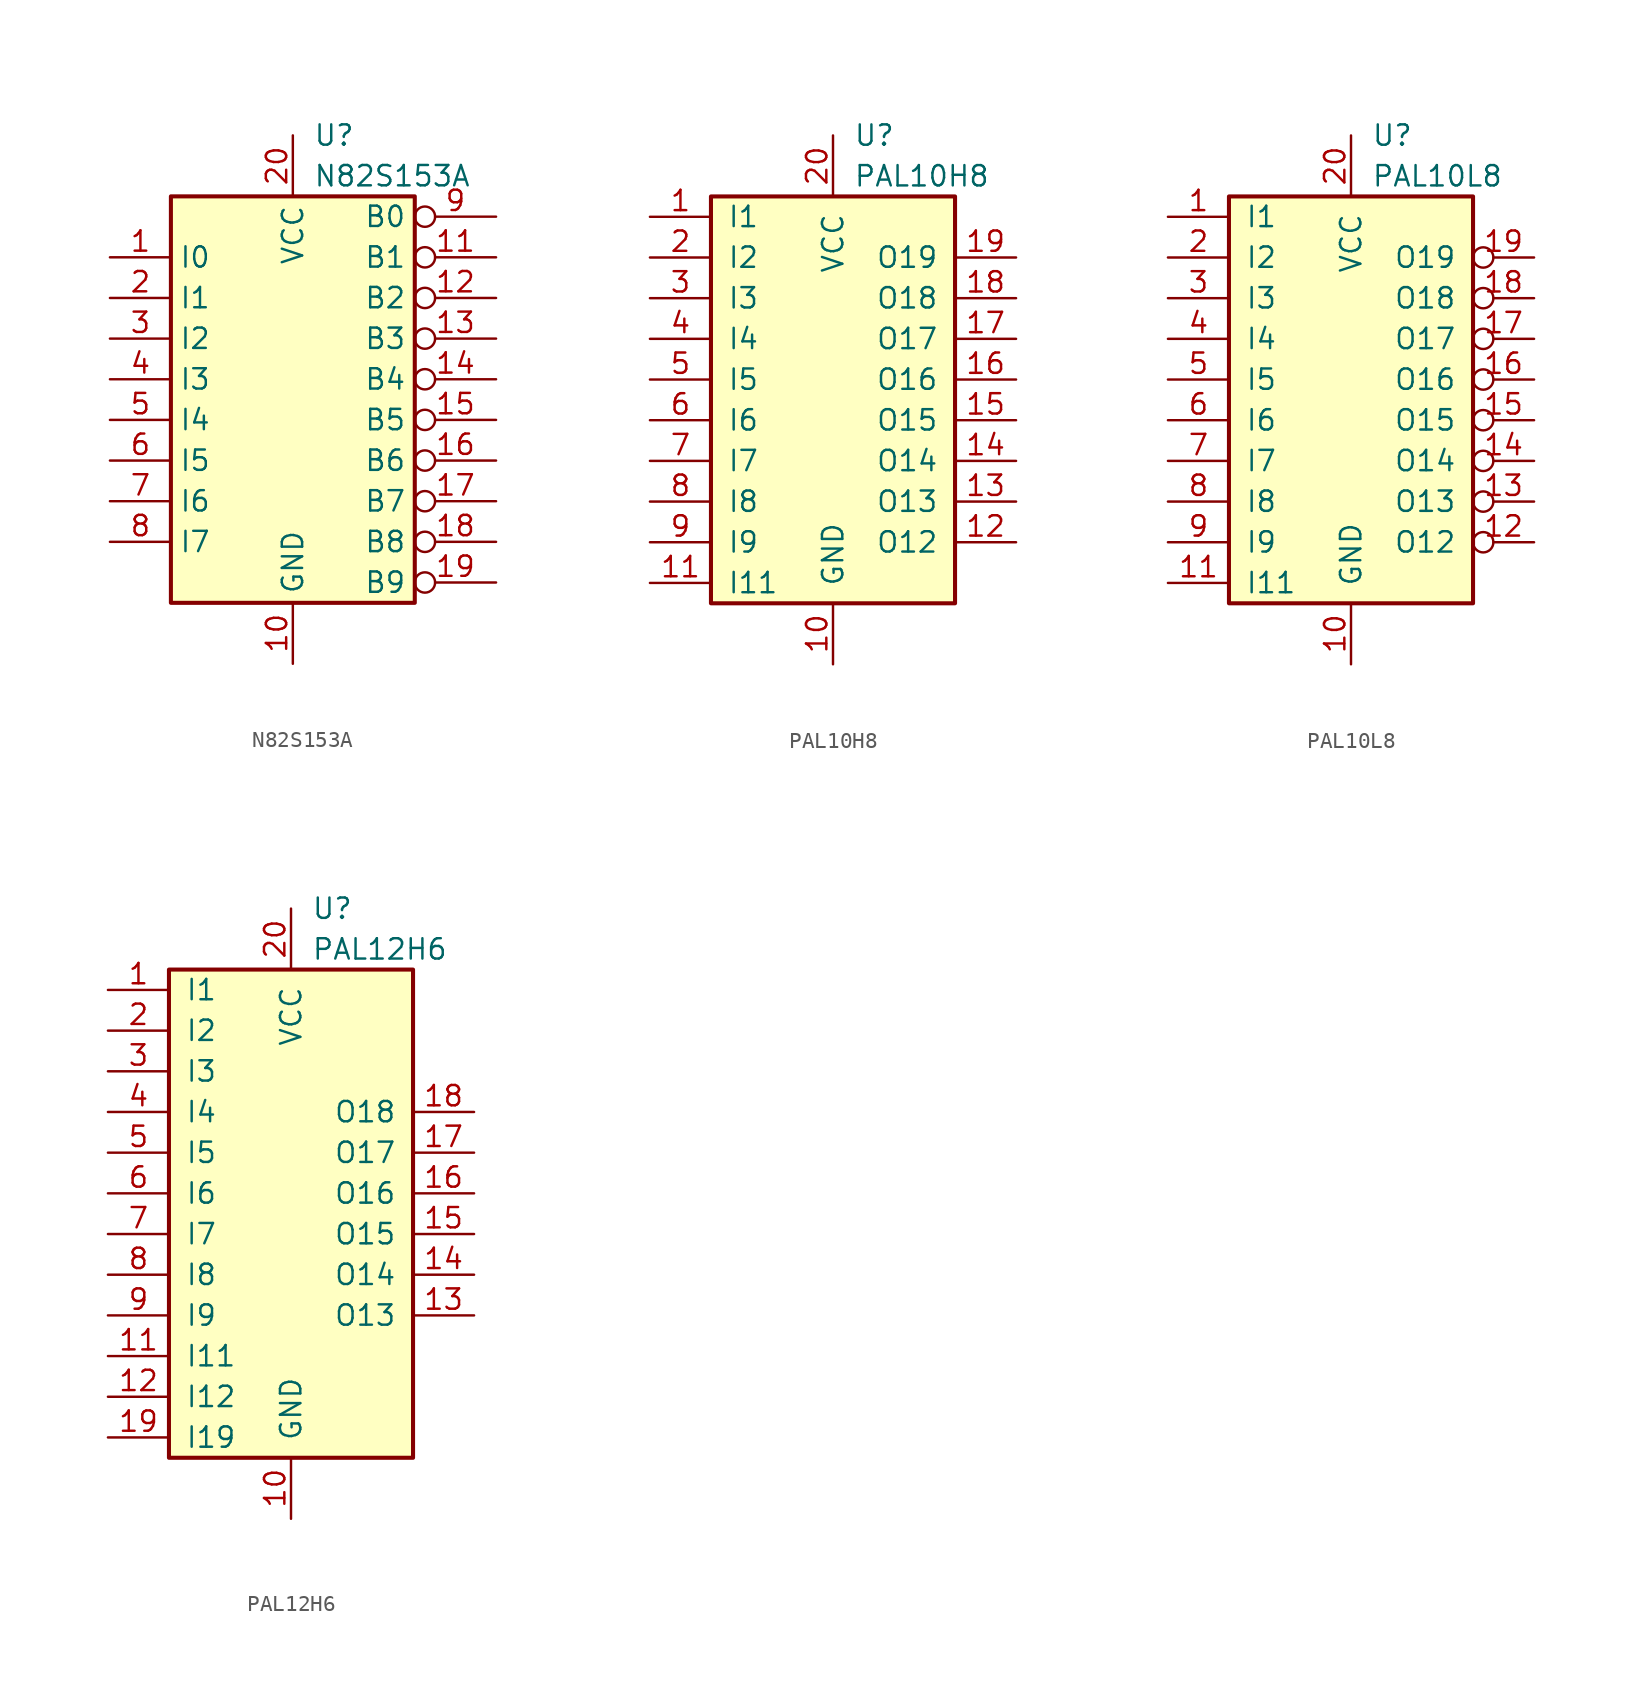
<source format=kicad_sym>
(kicad_symbol_lib
  (version 20220914)
  (generator kicad_symbol_editor)
  (symbol "N82S153A"
    (property "Reference" "U"
      (at 1.27 16.51 0)
      (effects (font (size 1.27 1.27)) (justify left)))
    (property "Value" "N82S153A"
      (at 1.27 13.97 0)
      (do_not_autoplace)
      (effects (font (size 1.27 1.27)) (justify left)))
    (symbol "N82S153A_0_0"
      (pin power_in line (at 0 -16.51 90) (length 3.81) (name "GND" (effects (font (size 1.27 1.27)))) (number "10" (effects (font (size 1.27 1.27)))))
      (pin power_in line (at 0 16.51 270) (length 3.81) (name "VCC" (effects (font (size 1.27 1.27)))) (number "20" (effects (font (size 1.27 1.27))))))
    (symbol "N82S153A_0_1"
      (rectangle (start -7.62 12.7) (end 7.62 -12.7) (stroke (width 0.254) (type default)) (fill (type background))))
    (symbol "N82S153A_1_1"
      (pin input line (at -11.43 8.89 0) (length 3.81) (name "I0" (effects (font (size 1.27 1.27)))) (number "1" (effects (font (size 1.27 1.27)))))
      (pin tri_state inverted (at 12.7 8.89 180) (length 5.08) (name "B1" (effects (font (size 1.27 1.27)))) (number "11" (effects (font (size 1.27 1.27)))))
      (pin tri_state inverted (at 12.7 6.35 180) (length 5.08) (name "B2" (effects (font (size 1.27 1.27)))) (number "12" (effects (font (size 1.27 1.27)))))
      (pin tri_state inverted (at 12.7 3.81 180) (length 5.08) (name "B3" (effects (font (size 1.27 1.27)))) (number "13" (effects (font (size 1.27 1.27)))))
      (pin tri_state inverted (at 12.7 1.27 180) (length 5.08) (name "B4" (effects (font (size 1.27 1.27)))) (number "14" (effects (font (size 1.27 1.27)))))
      (pin tri_state inverted (at 12.7 -1.27 180) (length 5.08) (name "B5" (effects (font (size 1.27 1.27)))) (number "15" (effects (font (size 1.27 1.27)))))
      (pin tri_state inverted (at 12.7 -3.81 180) (length 5.08) (name "B6" (effects (font (size 1.27 1.27)))) (number "16" (effects (font (size 1.27 1.27)))))
      (pin tri_state inverted (at 12.7 -6.35 180) (length 5.08) (name "B7" (effects (font (size 1.27 1.27)))) (number "17" (effects (font (size 1.27 1.27)))))
      (pin tri_state inverted (at 12.7 -8.89 180) (length 5.08) (name "B8" (effects (font (size 1.27 1.27)))) (number "18" (effects (font (size 1.27 1.27)))))
      (pin tri_state inverted (at 12.7 -11.43 180) (length 5.08) (name "B9" (effects (font (size 1.27 1.27)))) (number "19" (effects (font (size 1.27 1.27)))))
      (pin input line (at -11.43 6.35 0) (length 3.81) (name "I1" (effects (font (size 1.27 1.27)))) (number "2" (effects (font (size 1.27 1.27)))))
      (pin input line (at -11.43 3.81 0) (length 3.81) (name "I2" (effects (font (size 1.27 1.27)))) (number "3" (effects (font (size 1.27 1.27)))))
      (pin input line (at -11.43 1.27 0) (length 3.81) (name "I3" (effects (font (size 1.27 1.27)))) (number "4" (effects (font (size 1.27 1.27)))))
      (pin input line (at -11.43 -1.27 0) (length 3.81) (name "I4" (effects (font (size 1.27 1.27)))) (number "5" (effects (font (size 1.27 1.27)))))
      (pin input line (at -11.43 -3.81 0) (length 3.81) (name "I5" (effects (font (size 1.27 1.27)))) (number "6" (effects (font (size 1.27 1.27)))))
      (pin input line (at -11.43 -6.35 0) (length 3.81) (name "I6" (effects (font (size 1.27 1.27)))) (number "7" (effects (font (size 1.27 1.27)))))
      (pin input line (at -11.43 -8.89 0) (length 3.81) (name "I7" (effects (font (size 1.27 1.27)))) (number "8" (effects (font (size 1.27 1.27)))))
      (pin tri_state inverted (at 12.7 11.43 180) (length 5.08) (name "B0" (effects (font (size 1.27 1.27)))) (number "9" (effects (font (size 1.27 1.27)))))))
  (symbol "PAL10H8"
    (pin_names
      (offset 1.016))
    (property "Reference" "U"
      (at 1.27 16.51 0)
      (do_not_autoplace)
      (effects (font (size 1.27 1.27)) (justify left)))
    (property "Value" "PAL10H8"
      (at 1.27 13.97 0)
      (do_not_autoplace)
      (effects (font (size 1.27 1.27)) (justify left)))
    (symbol "PAL10H8_0_0"
      (pin power_in line (at 0 -16.51 90) (length 3.81) (name "GND" (effects (font (size 1.27 1.27)))) (number "10" (effects (font (size 1.27 1.27)))))
      (pin power_in line (at 0 16.51 270) (length 3.81) (name "VCC" (effects (font (size 1.27 1.27)))) (number "20" (effects (font (size 1.27 1.27))))))
    (symbol "PAL10H8_0_1"
      (rectangle (start -7.62 12.7) (end 7.62 -12.7) (stroke (width 0.254) (type default)) (fill (type background))))
    (symbol "PAL10H8_1_1"
      (pin input line (at -11.43 11.43 0) (length 3.81) (name "I1" (effects (font (size 1.27 1.27)))) (number "1" (effects (font (size 1.27 1.27)))))
      (pin input line (at -11.43 -11.43 0) (length 3.81) (name "I11" (effects (font (size 1.27 1.27)))) (number "11" (effects (font (size 1.27 1.27)))))
      (pin output line (at 11.43 -8.89 180) (length 3.81) (name "O12" (effects (font (size 1.27 1.27)))) (number "12" (effects (font (size 1.27 1.27)))))
      (pin output line (at 11.43 -6.35 180) (length 3.81) (name "O13" (effects (font (size 1.27 1.27)))) (number "13" (effects (font (size 1.27 1.27)))))
      (pin output line (at 11.43 -3.81 180) (length 3.81) (name "O14" (effects (font (size 1.27 1.27)))) (number "14" (effects (font (size 1.27 1.27)))))
      (pin output line (at 11.43 -1.27 180) (length 3.81) (name "O15" (effects (font (size 1.27 1.27)))) (number "15" (effects (font (size 1.27 1.27)))))
      (pin output line (at 11.43 1.27 180) (length 3.81) (name "O16" (effects (font (size 1.27 1.27)))) (number "16" (effects (font (size 1.27 1.27)))))
      (pin output line (at 11.43 3.81 180) (length 3.81) (name "O17" (effects (font (size 1.27 1.27)))) (number "17" (effects (font (size 1.27 1.27)))))
      (pin output line (at 11.43 6.35 180) (length 3.81) (name "O18" (effects (font (size 1.27 1.27)))) (number "18" (effects (font (size 1.27 1.27)))))
      (pin output line (at 11.43 8.89 180) (length 3.81) (name "O19" (effects (font (size 1.27 1.27)))) (number "19" (effects (font (size 1.27 1.27)))))
      (pin input line (at -11.43 8.89 0) (length 3.81) (name "I2" (effects (font (size 1.27 1.27)))) (number "2" (effects (font (size 1.27 1.27)))))
      (pin input line (at -11.43 6.35 0) (length 3.81) (name "I3" (effects (font (size 1.27 1.27)))) (number "3" (effects (font (size 1.27 1.27)))))
      (pin input line (at -11.43 3.81 0) (length 3.81) (name "I4" (effects (font (size 1.27 1.27)))) (number "4" (effects (font (size 1.27 1.27)))))
      (pin input line (at -11.43 1.27 0) (length 3.81) (name "I5" (effects (font (size 1.27 1.27)))) (number "5" (effects (font (size 1.27 1.27)))))
      (pin input line (at -11.43 -1.27 0) (length 3.81) (name "I6" (effects (font (size 1.27 1.27)))) (number "6" (effects (font (size 1.27 1.27)))))
      (pin input line (at -11.43 -3.81 0) (length 3.81) (name "I7" (effects (font (size 1.27 1.27)))) (number "7" (effects (font (size 1.27 1.27)))))
      (pin input line (at -11.43 -6.35 0) (length 3.81) (name "I8" (effects (font (size 1.27 1.27)))) (number "8" (effects (font (size 1.27 1.27)))))
      (pin input line (at -11.43 -8.89 0) (length 3.81) (name "I9" (effects (font (size 1.27 1.27)))) (number "9" (effects (font (size 1.27 1.27)))))))
  (symbol "PAL10L8"
    (pin_names
      (offset 1.016))
    (property "Reference" "U"
      (at 1.27 16.51 0)
      (do_not_autoplace)
      (effects (font (size 1.27 1.27)) (justify left)))
    (property "Value" "PAL10L8"
      (at 1.27 13.97 0)
      (do_not_autoplace)
      (effects (font (size 1.27 1.27)) (justify left)))
    (symbol "PAL10L8_0_0"
      (pin power_in line (at 0 -16.51 90) (length 3.81) (name "GND" (effects (font (size 1.27 1.27)))) (number "10" (effects (font (size 1.27 1.27)))))
      (pin power_in line (at 0 16.51 270) (length 3.81) (name "VCC" (effects (font (size 1.27 1.27)))) (number "20" (effects (font (size 1.27 1.27))))))
    (symbol "PAL10L8_0_1"
      (rectangle (start -7.62 12.7) (end 7.62 -12.7) (stroke (width 0.254) (type default)) (fill (type background))))
    (symbol "PAL10L8_1_1"
      (pin input line (at -11.43 11.43 0) (length 3.81) (name "I1" (effects (font (size 1.27 1.27)))) (number "1" (effects (font (size 1.27 1.27)))))
      (pin input line (at -11.43 -11.43 0) (length 3.81) (name "I11" (effects (font (size 1.27 1.27)))) (number "11" (effects (font (size 1.27 1.27)))))
      (pin output inverted (at 11.43 -8.89 180) (length 3.81) (name "O12" (effects (font (size 1.27 1.27)))) (number "12" (effects (font (size 1.27 1.27)))))
      (pin output inverted (at 11.43 -6.35 180) (length 3.81) (name "O13" (effects (font (size 1.27 1.27)))) (number "13" (effects (font (size 1.27 1.27)))))
      (pin output inverted (at 11.43 -3.81 180) (length 3.81) (name "O14" (effects (font (size 1.27 1.27)))) (number "14" (effects (font (size 1.27 1.27)))))
      (pin output inverted (at 11.43 -1.27 180) (length 3.81) (name "O15" (effects (font (size 1.27 1.27)))) (number "15" (effects (font (size 1.27 1.27)))))
      (pin output inverted (at 11.43 1.27 180) (length 3.81) (name "O16" (effects (font (size 1.27 1.27)))) (number "16" (effects (font (size 1.27 1.27)))))
      (pin output inverted (at 11.43 3.81 180) (length 3.81) (name "O17" (effects (font (size 1.27 1.27)))) (number "17" (effects (font (size 1.27 1.27)))))
      (pin output inverted (at 11.43 6.35 180) (length 3.81) (name "O18" (effects (font (size 1.27 1.27)))) (number "18" (effects (font (size 1.27 1.27)))))
      (pin output inverted (at 11.43 8.89 180) (length 3.81) (name "O19" (effects (font (size 1.27 1.27)))) (number "19" (effects (font (size 1.27 1.27)))))
      (pin input line (at -11.43 8.89 0) (length 3.81) (name "I2" (effects (font (size 1.27 1.27)))) (number "2" (effects (font (size 1.27 1.27)))))
      (pin input line (at -11.43 6.35 0) (length 3.81) (name "I3" (effects (font (size 1.27 1.27)))) (number "3" (effects (font (size 1.27 1.27)))))
      (pin input line (at -11.43 3.81 0) (length 3.81) (name "I4" (effects (font (size 1.27 1.27)))) (number "4" (effects (font (size 1.27 1.27)))))
      (pin input line (at -11.43 1.27 0) (length 3.81) (name "I5" (effects (font (size 1.27 1.27)))) (number "5" (effects (font (size 1.27 1.27)))))
      (pin input line (at -11.43 -1.27 0) (length 3.81) (name "I6" (effects (font (size 1.27 1.27)))) (number "6" (effects (font (size 1.27 1.27)))))
      (pin input line (at -11.43 -3.81 0) (length 3.81) (name "I7" (effects (font (size 1.27 1.27)))) (number "7" (effects (font (size 1.27 1.27)))))
      (pin input line (at -11.43 -6.35 0) (length 3.81) (name "I8" (effects (font (size 1.27 1.27)))) (number "8" (effects (font (size 1.27 1.27)))))
      (pin input line (at -11.43 -8.89 0) (length 3.81) (name "I9" (effects (font (size 1.27 1.27)))) (number "9" (effects (font (size 1.27 1.27)))))))
  (symbol "PAL12H6"
    (pin_names
      (offset 1.016))
    (property "Reference" "U"
      (at 1.27 19.05 0)
      (do_not_autoplace)
      (effects (font (size 1.27 1.27)) (justify left)))
    (property "Value" "PAL12H6"
      (at 1.27 16.51 0)
      (do_not_autoplace)
      (effects (font (size 1.27 1.27)) (justify left)))
    (symbol "PAL12H6_0_0"
      (pin power_in line (at 0 -19.05 90) (length 3.81) (name "GND" (effects (font (size 1.27 1.27)))) (number "10" (effects (font (size 1.27 1.27)))))
      (pin power_in line (at 0 19.05 270) (length 3.81) (name "VCC" (effects (font (size 1.27 1.27)))) (number "20" (effects (font (size 1.27 1.27))))))
    (symbol "PAL12H6_0_1"
      (rectangle (start -7.62 15.24) (end 7.62 -15.24) (stroke (width 0.254) (type default)) (fill (type background))))
    (symbol "PAL12H6_1_1"
      (pin input line (at -11.43 13.97 0) (length 3.81) (name "I1" (effects (font (size 1.27 1.27)))) (number "1" (effects (font (size 1.27 1.27)))))
      (pin input line (at -11.43 -8.89 0) (length 3.81) (name "I11" (effects (font (size 1.27 1.27)))) (number "11" (effects (font (size 1.27 1.27)))))
      (pin input line (at -11.43 -11.43 0) (length 3.81) (name "I12" (effects (font (size 1.27 1.27)))) (number "12" (effects (font (size 1.27 1.27)))))
      (pin output line (at 11.43 -6.35 180) (length 3.81) (name "O13" (effects (font (size 1.27 1.27)))) (number "13" (effects (font (size 1.27 1.27)))))
      (pin output line (at 11.43 -3.81 180) (length 3.81) (name "O14" (effects (font (size 1.27 1.27)))) (number "14" (effects (font (size 1.27 1.27)))))
      (pin output line (at 11.43 -1.27 180) (length 3.81) (name "O15" (effects (font (size 1.27 1.27)))) (number "15" (effects (font (size 1.27 1.27)))))
      (pin output line (at 11.43 1.27 180) (length 3.81) (name "O16" (effects (font (size 1.27 1.27)))) (number "16" (effects (font (size 1.27 1.27)))))
      (pin output line (at 11.43 3.81 180) (length 3.81) (name "O17" (effects (font (size 1.27 1.27)))) (number "17" (effects (font (size 1.27 1.27)))))
      (pin output line (at 11.43 6.35 180) (length 3.81) (name "O18" (effects (font (size 1.27 1.27)))) (number "18" (effects (font (size 1.27 1.27)))))
      (pin input line (at -11.43 -13.97 0) (length 3.81) (name "I19" (effects (font (size 1.27 1.27)))) (number "19" (effects (font (size 1.27 1.27)))))
      (pin input line (at -11.43 11.43 0) (length 3.81) (name "I2" (effects (font (size 1.27 1.27)))) (number "2" (effects (font (size 1.27 1.27)))))
      (pin input line (at -11.43 8.89 0) (length 3.81) (name "I3" (effects (font (size 1.27 1.27)))) (number "3" (effects (font (size 1.27 1.27)))))
      (pin input line (at -11.43 6.35 0) (length 3.81) (name "I4" (effects (font (size 1.27 1.27)))) (number "4" (effects (font (size 1.27 1.27)))))
      (pin input line (at -11.43 3.81 0) (length 3.81) (name "I5" (effects (font (size 1.27 1.27)))) (number "5" (effects (font (size 1.27 1.27)))))
      (pin input line (at -11.43 1.27 0) (length 3.81) (name "I6" (effects (font (size 1.27 1.27)))) (number "6" (effects (font (size 1.27 1.27)))))
      (pin input line (at -11.43 -1.27 0) (length 3.81) (name "I7" (effects (font (size 1.27 1.27)))) (number "7" (effects (font (size 1.27 1.27)))))
      (pin input line (at -11.43 -3.81 0) (length 3.81) (name "I8" (effects (font (size 1.27 1.27)))) (number "8" (effects (font (size 1.27 1.27)))))
      (pin input line (at -11.43 -6.35 0) (length 3.81) (name "I9" (effects (font (size 1.27 1.27)))) (number "9" (effects (font (size 1.27 1.27))))))))
</source>
